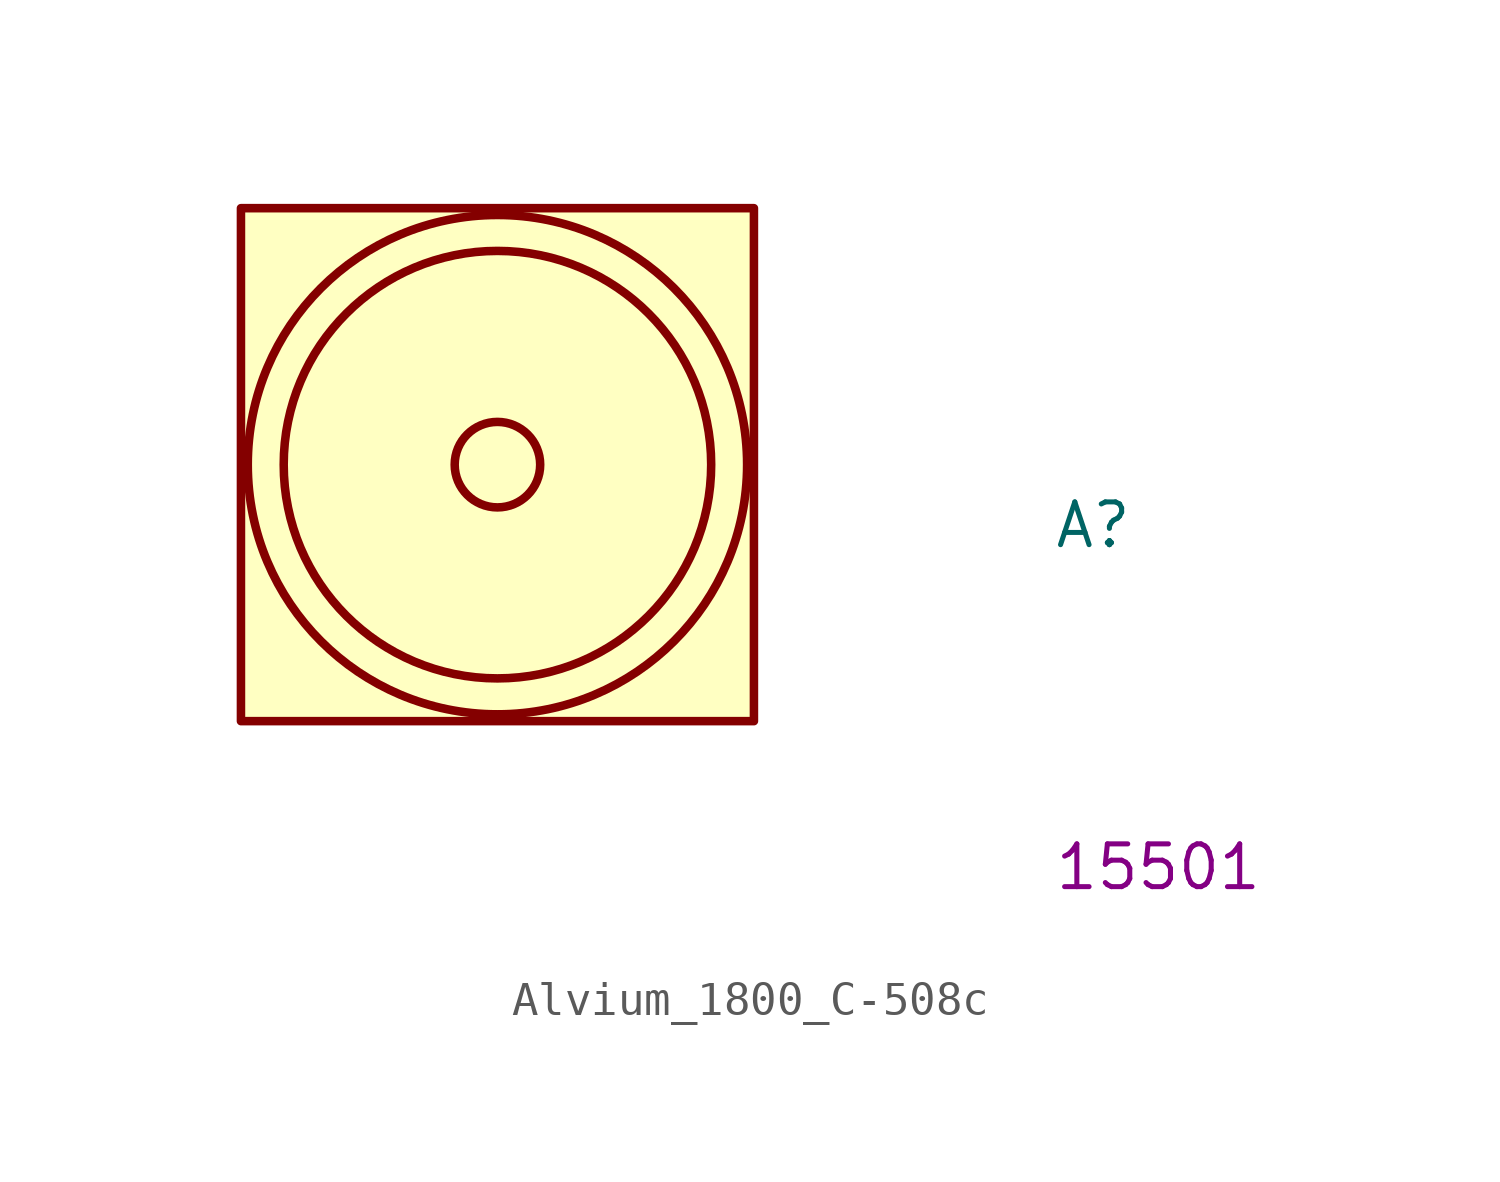
<source format=kicad_sym>
(kicad_symbol_lib
  (version 20220914)
  (generator kicad_symbol_editor)
  (symbol "Alvium_1800_C-508c"
    (property "Reference" "A"
      (at 16.51 -2.54 0)
      (effects (font (size 1.27 1.27) (thickness 0.15)) (justify left bottom)))
    (property "MPN" "15501"
      (at 16.51 -12.7 0)
      (effects (font (size 1.27 1.27) (thickness 0.15)) (justify left bottom)))
    (symbol "Alvium_1800_C-508c_1_1"
      (rectangle (start -7.62 7.62) (end 7.62 -7.62) (stroke (width 0.254) (type default)) (fill (type background)))
      (circle (center 0 0) (radius 1.27) (stroke (width 0.254) (type default)) (fill (type background)))
      (circle (center 0 0) (radius 6.35) (stroke (width 0.254) (type default)) (fill (type background)))
      (circle (center 0 0) (radius 7.417) (stroke (width 0.254) (type default)) (fill (type background))))))
</source>
